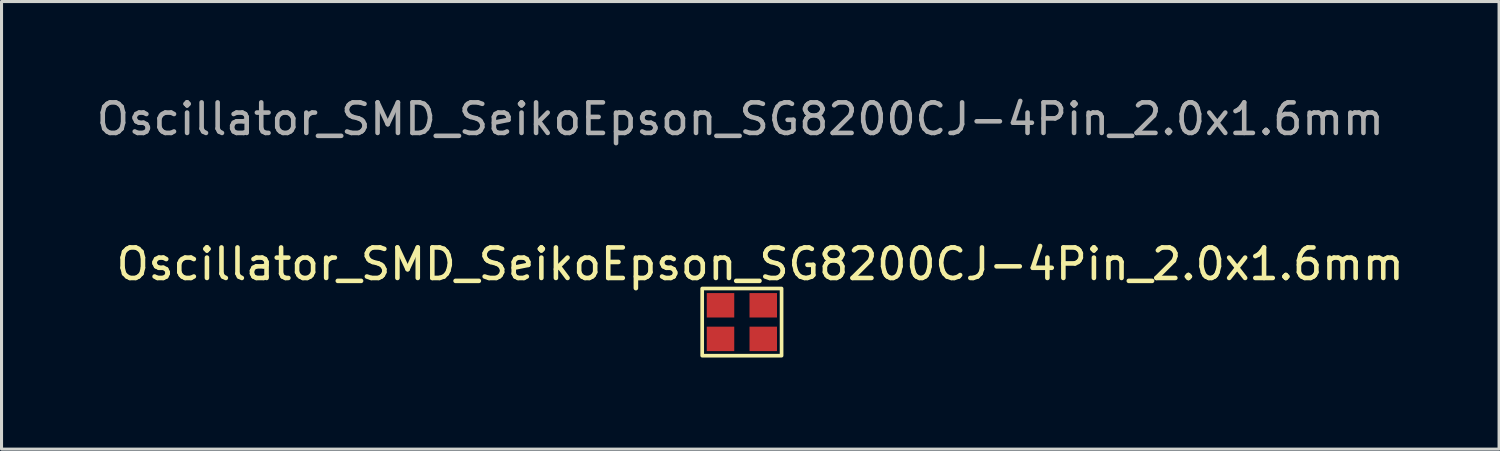
<source format=kicad_pcb>
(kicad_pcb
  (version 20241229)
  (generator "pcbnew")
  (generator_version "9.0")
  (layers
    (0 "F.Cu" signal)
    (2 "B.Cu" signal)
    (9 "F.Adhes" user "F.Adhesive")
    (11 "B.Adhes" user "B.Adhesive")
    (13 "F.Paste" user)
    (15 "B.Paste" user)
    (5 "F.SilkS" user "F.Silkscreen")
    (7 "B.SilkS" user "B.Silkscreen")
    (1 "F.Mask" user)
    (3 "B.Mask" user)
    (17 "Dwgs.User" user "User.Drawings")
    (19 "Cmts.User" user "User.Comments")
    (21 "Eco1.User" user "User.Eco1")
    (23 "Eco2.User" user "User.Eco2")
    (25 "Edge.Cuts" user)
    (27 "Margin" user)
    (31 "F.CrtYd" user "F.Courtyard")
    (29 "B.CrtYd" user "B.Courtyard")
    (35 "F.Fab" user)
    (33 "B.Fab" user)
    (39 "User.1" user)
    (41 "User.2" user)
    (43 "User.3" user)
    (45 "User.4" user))
  (footprint "Oscillator_SMD_SeikoEpson_SG8200CJ-4Pin_2.0x1.6mm"
    (layer "F.Cu")
    (at 21.246 7.498)
    (property "Reference" "Oscillator_SMD_SeikoEpson_SG8200CJ-4Pin_2.0x1.6mm" (at 0.6 -1.9 0) (layer "F.SilkS") (effects (font (size 1 1) (thickness 0.15))))
    (attr smd)
    (fp_rect (start -1.3 -1.1) (end 1.3 1.1) (stroke (width 0.12) (type default)) (fill no) (layer "F.SilkS"))
    (fp_text user "${REFERENCE}" (at -0.05 -6.65 0) (layer "F.Fab") (effects (font (size 1 1) (thickness 0.15))))
    (pad "1" smd rect (at -0.7 0.55) (size 0.9 0.8) (layers "F.Cu" "F.Mask" "F.Paste"))
    (pad "2" smd rect (at 0.7 0.55) (size 0.9 0.8) (layers "F.Cu" "F.Mask" "F.Paste"))
    (pad "3" smd rect (at 0.7 -0.55) (size 0.9 0.8) (layers "F.Cu" "F.Mask" "F.Paste"))
    (pad "4" smd rect (at -0.7 -0.55) (size 0.9 0.8) (layers "F.Cu" "F.Mask" "F.Paste")))
  (gr_rect
    (start -3 -3)
    (end 46.043 11.658)
    (stroke (width 0.1) (type default))
    (fill no)
    (layer "Edge.Cuts")))
</source>
